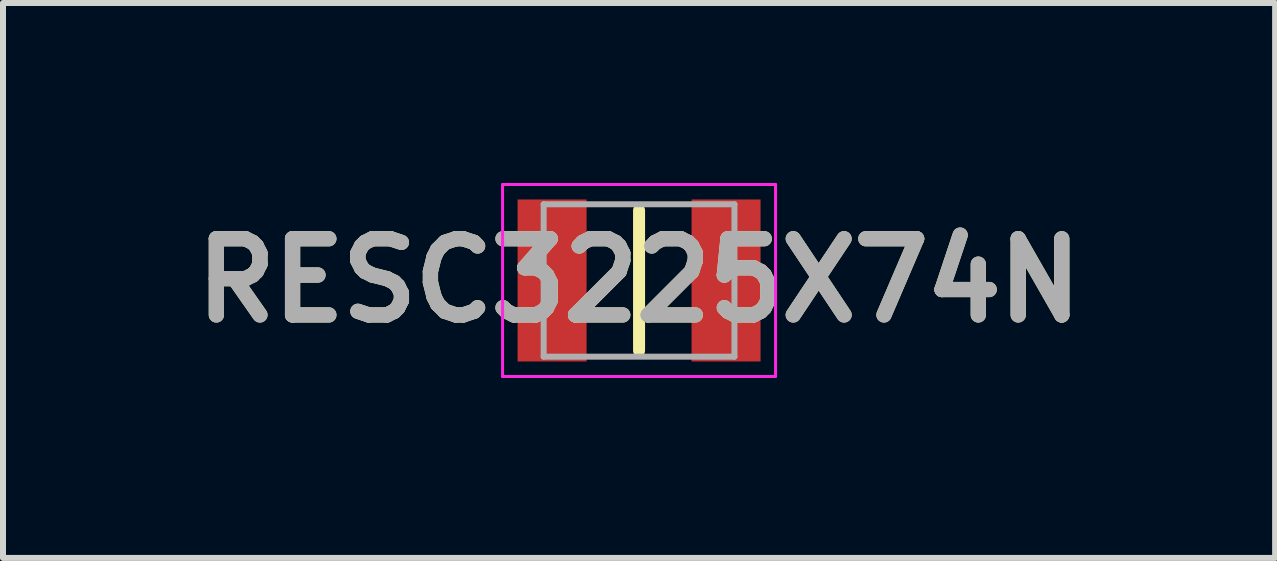
<source format=kicad_pcb>
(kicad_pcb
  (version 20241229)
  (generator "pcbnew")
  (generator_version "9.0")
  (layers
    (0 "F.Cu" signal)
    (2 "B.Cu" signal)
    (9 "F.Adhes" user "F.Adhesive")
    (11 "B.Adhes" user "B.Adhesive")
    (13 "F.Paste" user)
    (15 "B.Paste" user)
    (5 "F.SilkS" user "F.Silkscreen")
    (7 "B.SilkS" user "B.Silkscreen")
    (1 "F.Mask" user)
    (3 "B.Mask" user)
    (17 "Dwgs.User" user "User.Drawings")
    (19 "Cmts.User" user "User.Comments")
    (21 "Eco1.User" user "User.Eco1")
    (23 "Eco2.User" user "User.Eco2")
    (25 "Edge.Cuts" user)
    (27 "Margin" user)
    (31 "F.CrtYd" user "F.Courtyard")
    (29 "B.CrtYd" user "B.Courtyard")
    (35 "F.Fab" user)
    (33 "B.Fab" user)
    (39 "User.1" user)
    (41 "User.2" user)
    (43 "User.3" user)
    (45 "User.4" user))
  (footprint "RESC3225X74N"
    (layer "F.Cu")
    (at 7.602 1.625)
    (property "Reference" "RESC3225X74N" (at 0 0 0) (layer "F.SilkS") (effects (font (size 1.27 1.27) (thickness 0.254))))
    (attr smd)
    (fp_line (start 0 -1.17) (end 0 1.17) (stroke (width 0.2) (type solid)) (layer "F.SilkS"))
    (fp_line (start -2.275 -1.6) (end 2.275 -1.6) (stroke (width 0.05) (type solid)) (layer "F.CrtYd"))
    (fp_line (start -2.275 1.6) (end -2.275 -1.6) (stroke (width 0.05) (type solid)) (layer "F.CrtYd"))
    (fp_line (start 2.275 -1.6) (end 2.275 1.6) (stroke (width 0.05) (type solid)) (layer "F.CrtYd"))
    (fp_line (start 2.275 1.6) (end -2.275 1.6) (stroke (width 0.05) (type solid)) (layer "F.CrtYd"))
    (fp_line (start -1.59 -1.27) (end 1.59 -1.27) (stroke (width 0.1) (type solid)) (layer "F.Fab"))
    (fp_line (start -1.59 1.27) (end -1.59 -1.27) (stroke (width 0.1) (type solid)) (layer "F.Fab"))
    (fp_line (start 1.59 -1.27) (end 1.59 1.27) (stroke (width 0.1) (type solid)) (layer "F.Fab"))
    (fp_line (start 1.59 1.27) (end -1.59 1.27) (stroke (width 0.1) (type solid)) (layer "F.Fab"))
    (fp_text user "${REFERENCE}" (at 0 0 0) (layer "F.Fab") (effects (font (size 1.27 1.27) (thickness 0.254))))
    (pad "1" smd rect (at -1.45 0) (size 1.15 2.7) (layers "F.Cu" "F.Mask" "F.Paste"))
    (pad "2" smd rect (at 1.45 0) (size 1.15 2.7) (layers "F.Cu" "F.Mask" "F.Paste")))
  (gr_rect
    (start -3 -3)
    (end 18.204 6.25)
    (stroke (width 0.1) (type default))
    (fill no)
    (layer "Edge.Cuts")))
</source>
